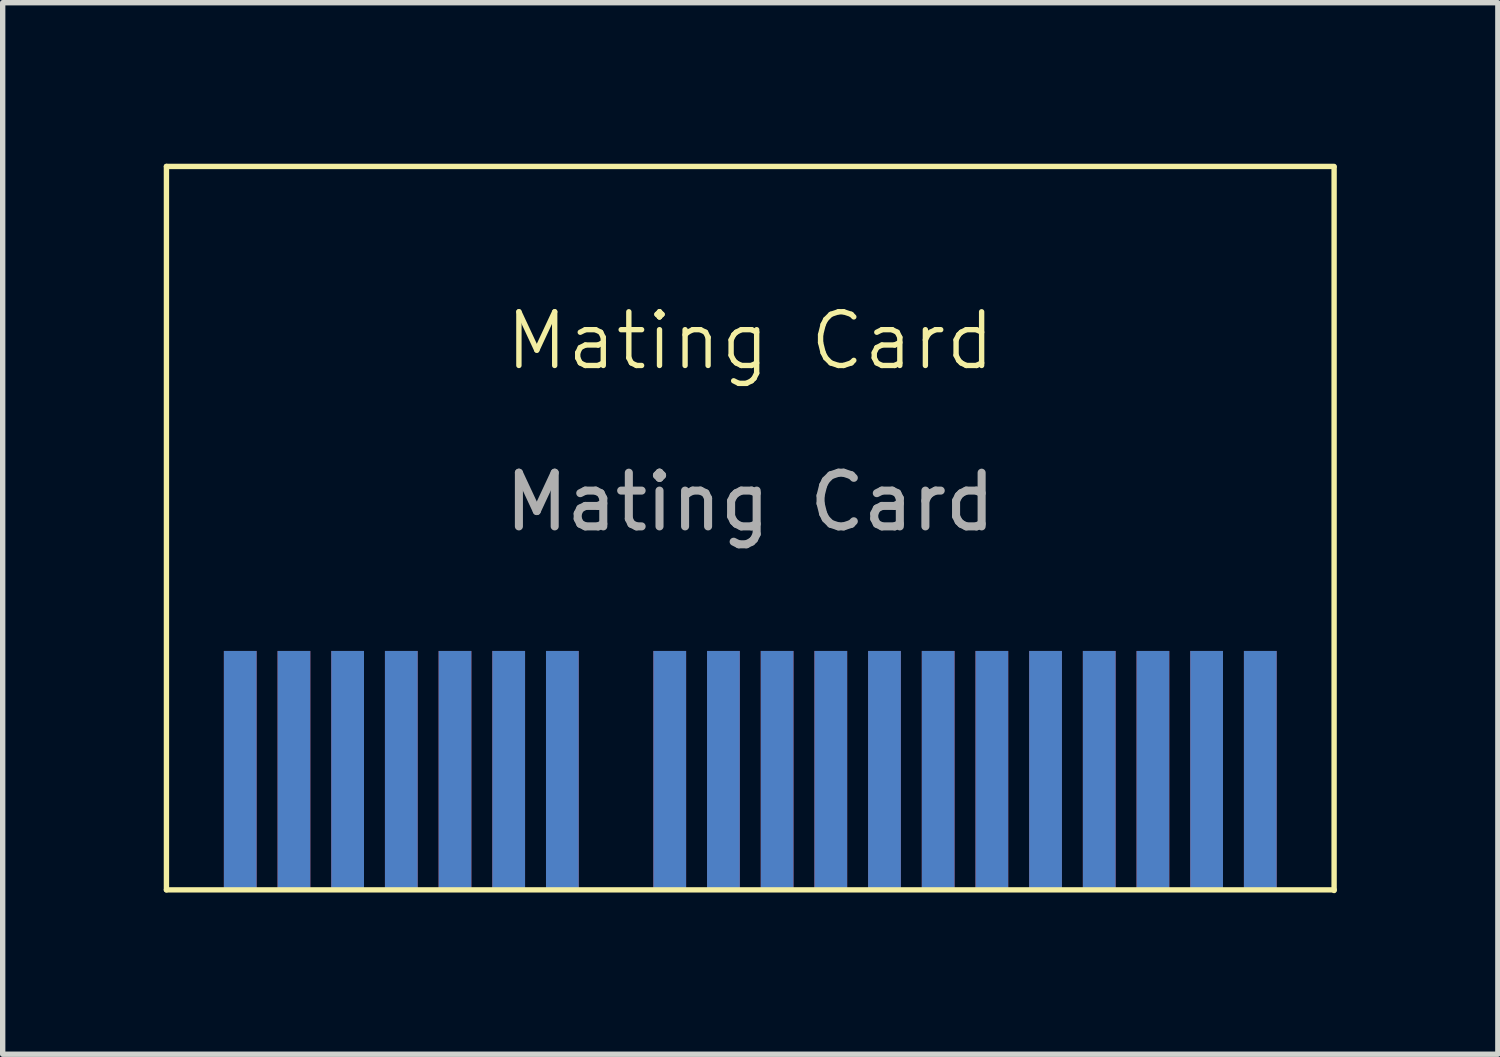
<source format=kicad_pcb>
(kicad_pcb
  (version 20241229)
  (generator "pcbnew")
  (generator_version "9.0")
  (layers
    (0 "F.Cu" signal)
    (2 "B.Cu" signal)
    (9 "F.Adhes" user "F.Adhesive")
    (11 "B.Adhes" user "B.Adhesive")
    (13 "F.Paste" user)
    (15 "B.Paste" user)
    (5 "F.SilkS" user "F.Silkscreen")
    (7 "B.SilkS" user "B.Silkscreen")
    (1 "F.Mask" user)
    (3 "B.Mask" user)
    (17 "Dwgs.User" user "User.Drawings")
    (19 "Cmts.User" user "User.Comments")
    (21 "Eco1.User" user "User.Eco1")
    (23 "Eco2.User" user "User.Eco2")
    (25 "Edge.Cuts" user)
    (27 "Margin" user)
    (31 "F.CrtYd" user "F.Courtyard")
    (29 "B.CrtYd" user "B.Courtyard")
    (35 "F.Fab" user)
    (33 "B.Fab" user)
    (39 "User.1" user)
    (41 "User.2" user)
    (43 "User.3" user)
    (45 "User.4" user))
  (footprint "Mating Card"
    (layer "F.Cu")
    (at 10.925 6.3)
    (property "Reference" "Mating Card" (at 0 -3 0) (unlocked yes) (layer "F.SilkS") (effects (font (size 1 1) (thickness 0.1))))
    (attr smd)
    (fp_line (start -10.875 -6.25) (end 10.875 -6.25) (stroke (width 0.1) (type solid)) (layer "F.SilkS"))
    (fp_line (start -10.875 7.225) (end -10.875 -6.25) (stroke (width 0.1) (type default)) (layer "F.SilkS"))
    (fp_line (start -10.875 7.225) (end 10.875 7.225) (stroke (width 0.1) (type solid)) (layer "F.SilkS"))
    (fp_line (start 10.875 7.237) (end 10.875 -6.237) (stroke (width 0.1) (type default)) (layer "F.SilkS"))
    (fp_text user "${REFERENCE}" (at 0 0 0) (unlocked yes) (layer "F.Fab") (effects (font (size 1 1) (thickness 0.15))))
    (pad "1" connect rect (at -9.5 5) (size 0.61 4.45) (layers "F.Cu" "F.Mask"))
    (pad "2" connect rect (at -9.5 5) (size 0.61 4.45) (layers "B.Cu" "B.Mask"))
    (pad "3" connect rect (at -8.5 5) (size 0.61 4.45) (layers "F.Cu" "F.Mask"))
    (pad "4" connect rect (at -8.5 5) (size 0.61 4.45) (layers "B.Cu" "B.Mask"))
    (pad "5" connect rect (at -7.5 5) (size 0.61 4.45) (layers "F.Cu" "F.Mask"))
    (pad "6" connect rect (at -7.5 5) (size 0.61 4.45) (layers "B.Cu" "B.Mask"))
    (pad "7" connect rect (at -6.5 5) (size 0.61 4.45) (layers "F.Cu" "F.Mask"))
    (pad "8" connect rect (at -6.5 5) (size 0.61 4.45) (layers "B.Cu" "B.Mask"))
    (pad "9" connect rect (at -5.5 5) (size 0.61 4.45) (layers "F.Cu" "F.Mask"))
    (pad "10" connect rect (at -5.5 5) (size 0.61 4.45) (layers "B.Cu" "B.Mask"))
    (pad "11" connect rect (at -4.5 5) (size 0.61 4.45) (layers "F.Cu" "F.Mask"))
    (pad "12" connect rect (at -4.5 5) (size 0.61 4.45) (layers "B.Cu" "B.Mask"))
    (pad "13" connect rect (at -3.5 5) (size 0.61 4.45) (layers "F.Cu" "F.Mask"))
    (pad "14" connect rect (at -3.5 5) (size 0.61 4.45) (layers "B.Cu" "B.Mask"))
    (pad "17" connect rect (at -1.5 5) (size 0.61 4.45) (layers "F.Cu" "F.Mask"))
    (pad "18" connect rect (at -1.5 5) (size 0.61 4.45) (layers "B.Cu" "B.Mask"))
    (pad "19" connect rect (at -0.5 5) (size 0.61 4.45) (layers "F.Cu" "F.Mask"))
    (pad "20" connect rect (at -0.5 5) (size 0.61 4.45) (layers "B.Cu" "B.Mask"))
    (pad "21" connect rect (at 0.5 5) (size 0.61 4.45) (layers "F.Cu" "F.Mask"))
    (pad "22" connect rect (at 0.5 5) (size 0.61 4.45) (layers "B.Cu" "B.Mask"))
    (pad "23" connect rect (at 1.5 5) (size 0.61 4.45) (layers "F.Cu" "F.Mask"))
    (pad "24" connect rect (at 1.5 5) (size 0.61 4.45) (layers "B.Cu" "B.Mask"))
    (pad "25" connect rect (at 2.5 5) (size 0.61 4.45) (layers "F.Cu" "F.Mask"))
    (pad "26" connect rect (at 2.5 5) (size 0.61 4.45) (layers "B.Cu" "B.Mask"))
    (pad "27" connect rect (at 3.5 5) (size 0.61 4.45) (layers "F.Cu" "F.Mask"))
    (pad "28" connect rect (at 3.5 5) (size 0.61 4.45) (layers "B.Cu" "B.Mask"))
    (pad "29" connect rect (at 4.5 5) (size 0.61 4.45) (layers "F.Cu" "F.Mask"))
    (pad "30" connect rect (at 4.5 5) (size 0.61 4.45) (layers "B.Cu" "B.Mask"))
    (pad "31" connect rect (at 5.5 5) (size 0.61 4.45) (layers "F.Cu" "F.Mask"))
    (pad "32" connect rect (at 5.5 5) (size 0.61 4.45) (layers "B.Cu" "B.Mask"))
    (pad "33" connect rect (at 6.5 5) (size 0.61 4.45) (layers "F.Cu" "F.Mask"))
    (pad "34" connect rect (at 6.5 5) (size 0.61 4.45) (layers "B.Cu" "B.Mask"))
    (pad "35" connect rect (at 7.5 5) (size 0.61 4.45) (layers "F.Cu" "F.Mask"))
    (pad "36" connect rect (at 7.5 5) (size 0.61 4.45) (layers "B.Cu" "B.Mask"))
    (pad "37" connect rect (at 8.5 5) (size 0.61 4.45) (layers "F.Cu" "F.Mask"))
    (pad "38" connect rect (at 8.5 5) (size 0.61 4.45) (layers "B.Cu" "B.Mask"))
    (pad "39" connect rect (at 9.5 5) (size 0.61 4.45) (layers "F.Cu" "F.Mask"))
    (pad "40" connect rect (at 9.5 5) (size 0.61 4.45) (layers "B.Cu" "B.Mask")))
  (gr_rect
    (start -3 -3)
    (end 24.85 16.587)
    (stroke (width 0.1) (type default))
    (fill no)
    (layer "Edge.Cuts")))
</source>
